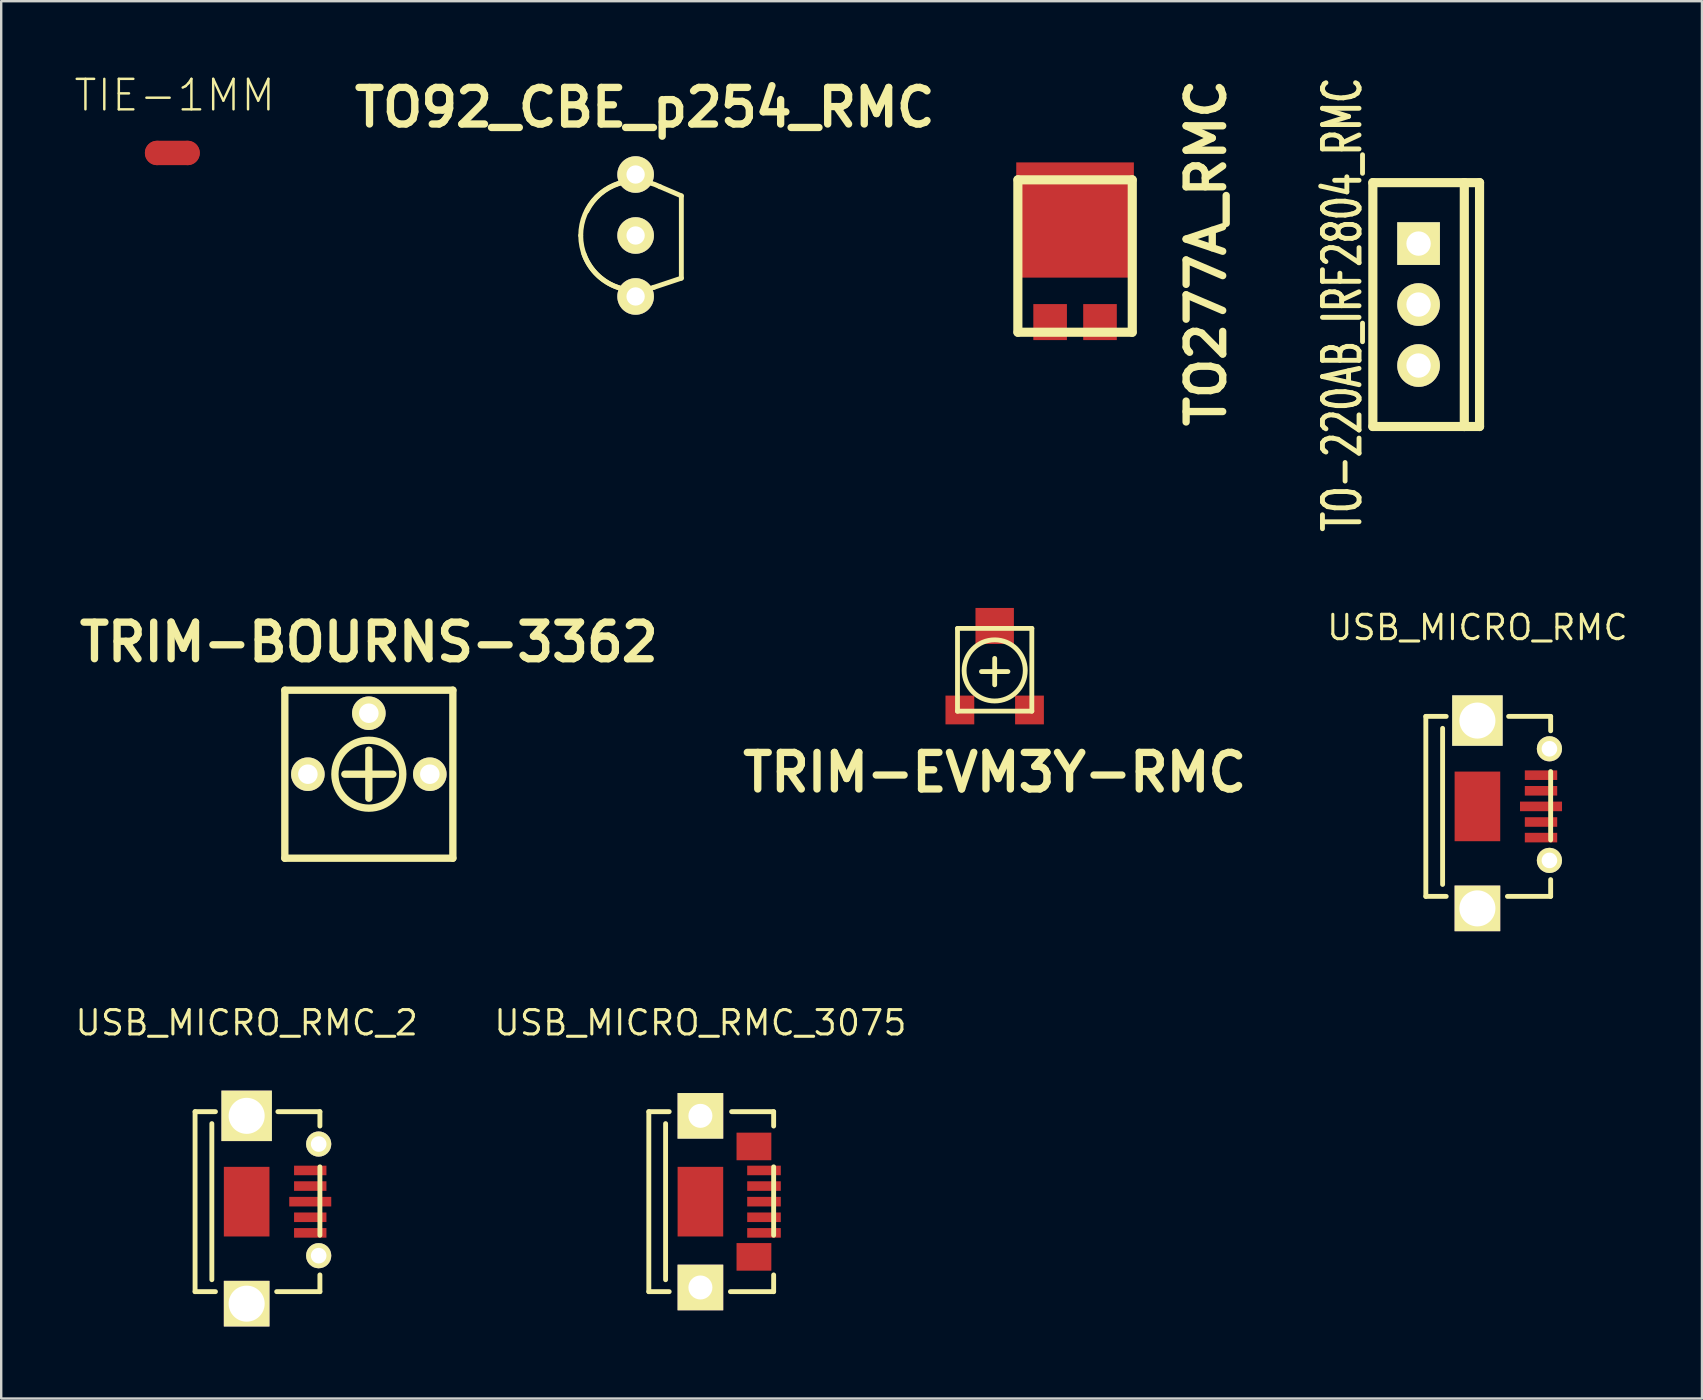
<source format=kicad_pcb>
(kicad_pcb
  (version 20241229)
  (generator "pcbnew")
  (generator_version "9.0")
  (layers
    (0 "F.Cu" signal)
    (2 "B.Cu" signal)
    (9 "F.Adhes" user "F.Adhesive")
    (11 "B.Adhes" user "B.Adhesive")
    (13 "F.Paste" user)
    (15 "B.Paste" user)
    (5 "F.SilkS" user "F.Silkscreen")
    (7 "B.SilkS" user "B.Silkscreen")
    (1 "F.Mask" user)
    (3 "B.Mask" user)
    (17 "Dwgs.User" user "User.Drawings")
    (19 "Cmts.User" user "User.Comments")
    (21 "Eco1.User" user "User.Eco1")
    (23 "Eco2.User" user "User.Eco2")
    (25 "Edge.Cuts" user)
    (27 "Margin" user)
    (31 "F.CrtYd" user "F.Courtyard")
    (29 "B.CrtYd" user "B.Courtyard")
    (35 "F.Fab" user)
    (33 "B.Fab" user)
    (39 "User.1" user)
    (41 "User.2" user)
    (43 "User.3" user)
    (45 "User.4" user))
  (footprint "TO92_CBE_p254_RMC"
    (layer "F.Cu")
    (at 23.428 6.76)
    (property "Reference" "TO92_CBE_p254_RMC" (at 0.381 -5.334 0) (layer "F.SilkS") (effects (font (size 1.524 1.524) (thickness 0.305))))
    (attr through_hole)
    (fp_line (start 1.016 -2.032) (end 1.905 -1.651) (stroke (width 0.203) (type solid)) (layer "F.SilkS"))
    (fp_line (start 1.905 -1.651) (end 1.905 1.778) (stroke (width 0.203) (type solid)) (layer "F.SilkS"))
    (fp_line (start 1.905 1.778) (end 0.762 2.159) (stroke (width 0.203) (type solid)) (layer "F.SilkS"))
    (fp_arc (start -2.286 0) (mid -1.616446 -1.616446) (end 0 -2.286) (stroke (width 0.2032) (type solid)) (layer "F.SilkS"))
    (fp_arc (start -2.032 -1.016) (mid -0.71842 -2.155261) (end 1.016 -2.032) (stroke (width 0.2032) (type solid)) (layer "F.SilkS"))
    (fp_arc (start 0 2.286) (mid -1.616446 1.616446) (end -2.286 0) (stroke (width 0.2032) (type solid)) (layer "F.SilkS"))
    (fp_arc (start 0.762 2.159) (mid -0.987828 2.065459) (end -2.159 0.762) (stroke (width 0.2032) (type solid)) (layer "F.SilkS"))
    (pad "B" thru_hole circle (at 0 0) (size 1.524 1.524) (drill 0.762) (layers "*.Cu" "*.Mask" "F.SilkS"))
    (pad "C" thru_hole circle (at 0 2.54) (size 1.524 1.524) (drill 0.762) (layers "*.Cu" "*.Mask" "F.SilkS"))
    (pad "E" thru_hole circle (at 0 -2.54) (size 1.524 1.524) (drill 0.762) (layers "*.Cu" "*.Mask" "F.SilkS")))
  (footprint "USB_MICRO_RMC_2"
    (layer "F.Cu")
    (at 7.225 47.008)
    (property "Reference" "USB_MICRO_RMC_2" (at 0 -7.45 0) (layer "F.SilkS") (effects (font (size 1.016 1.016) (thickness 0.127))))
    (attr through_hole)
    (fp_line (start -2.149 -3.749) (end -1.3 -3.749) (stroke (width 0.203) (type solid)) (layer "F.SilkS"))
    (fp_line (start -2.149 3.749) (end -2.149 -3.749) (stroke (width 0.203) (type solid)) (layer "F.SilkS"))
    (fp_line (start -2.149 3.749) (end -1.3 3.749) (stroke (width 0.203) (type solid)) (layer "F.SilkS"))
    (fp_line (start -1.45 -3.251) (end -1.45 3.251) (stroke (width 0.203) (type solid)) (layer "F.SilkS"))
    (fp_line (start 1.25 3.749) (end 3.051 3.749) (stroke (width 0.203) (type solid)) (layer "F.SilkS"))
    (fp_line (start 1.3 -3.749) (end 3.051 -3.749) (stroke (width 0.203) (type solid)) (layer "F.SilkS"))
    (fp_line (start 3.051 -3.749) (end 3.051 -3.15) (stroke (width 0.203) (type solid)) (layer "F.SilkS"))
    (fp_line (start 3.051 -1.45) (end 3.051 1.4) (stroke (width 0.203) (type solid)) (layer "F.SilkS"))
    (fp_line (start 3.051 3.749) (end 3.051 3.051) (stroke (width 0.203) (type solid)) (layer "F.SilkS"))
    (pad "1" smd rect (at 2.649 -1.3) (size 1.349 0.399) (layers "F.Cu" "F.Mask" "F.Paste"))
    (pad "2" smd rect (at 2.649 -0.65) (size 1.349 0.399) (layers "F.Cu" "F.Mask" "F.Paste"))
    (pad "3" smd rect (at 2.649 0) (size 1.75 0.4) (layers "F.Cu" "F.Mask" "F.Paste"))
    (pad "4" smd rect (at 2.649 1.3) (size 1.349 0.399) (layers "F.Cu" "F.Mask" "F.Paste"))
    (pad "5" thru_hole rect (at 0 -3.575) (size 2.101 2.101) (drill 1.501) (layers "*.Cu" "*.Mask" "F.SilkS"))
    (pad "5" smd rect (at 0 0) (size 1.9 2.901) (layers "F.Cu" "F.Mask" "F.Paste"))
    (pad "5" thru_hole rect (at 0 4.249) (size 1.9 1.9) (drill 1.501) (layers "*.Cu" "*.Mask" "F.SilkS"))
    (pad "5" thru_hole circle (at 3 -2.4) (size 1.049 1.049) (drill 0.65) (layers "*.Cu" "*.Mask" "F.SilkS"))
    (pad "5" thru_hole circle (at 3 2.25) (size 1.049 1.049) (drill 0.65) (layers "*.Cu" "*.Mask" "F.SilkS"))
    (pad "6" smd rect (at 2.649 0.65) (size 1.349 0.399) (layers "F.Cu" "F.Mask" "F.Paste")))
  (footprint "TRIM-EVM3Y-RMC"
    (layer "F.Cu")
    (at 38.386 24.677)
    (property "Reference" "TRIM-EVM3Y-RMC" (at 0 4.45 0) (layer "F.SilkS") (effects (font (size 1.524 1.524) (thickness 0.305))))
    (attr through_hole)
    (fp_line (start -1.549 -1.549) (end 1.549 -1.549) (stroke (width 0.201) (type solid)) (layer "F.SilkS"))
    (fp_line (start -1.549 1.902) (end -1.549 -1.547) (stroke (width 0.201) (type solid)) (layer "F.SilkS"))
    (fp_line (start -0.551 0.249) (end 0.551 0.249) (stroke (width 0.201) (type solid)) (layer "F.SilkS"))
    (fp_line (start 0 0.8) (end 0 -0.3) (stroke (width 0.201) (type solid)) (layer "F.SilkS"))
    (fp_line (start 1.547 -1.549) (end 1.547 1.9) (stroke (width 0.201) (type solid)) (layer "F.SilkS"))
    (fp_line (start 1.547 1.897) (end -1.552 1.897) (stroke (width 0.201) (type solid)) (layer "F.SilkS"))
    (fp_circle (center 0 0.201) (end 0.95 1.049) (stroke (width 0.201) (type solid)) (fill no) (layer "F.SilkS"))
    (pad "1" smd rect (at -1.45 1.849) (size 1.199 1.199) (layers "F.Cu" "F.Mask" "F.Paste"))
    (pad "2" smd rect (at 0 -1.651) (size 1.6 1.501) (layers "F.Cu" "F.Mask" "F.Paste"))
    (pad "3" smd rect (at 1.45 1.849) (size 1.199 1.199) (layers "F.Cu" "F.Mask" "F.Paste")))
  (footprint "TIE-1MM"
    (layer "F.Cu")
    (at 4.129 3.322)
    (property "Reference" "TIE-1MM" (at 0.099 -2.4 0) (layer "F.SilkS") (effects (font (size 1.27 1.27) (thickness 0.102))))
    (attr through_hole)
    (fp_line (start -0.635 0) (end 0.635 0) (stroke (width 1.016) (type solid)) (layer "F.Cu"))
    (pad "1" smd circle (at -0.635 0) (size 1.016 1.016) (layers "F.Cu" "F.Mask" "F.Paste"))
    (pad "2" smd circle (at 0.635 0) (size 1.016 1.016) (layers "F.Cu" "F.Mask" "F.Paste")))
  (footprint "TRIM-BOURNS-3362"
    (layer "F.Cu")
    (at 12.315 29.201)
    (property "Reference" "TRIM-BOURNS-3362" (at 0 -5.5 0) (layer "F.SilkS") (effects (font (size 1.524 1.524) (thickness 0.305))))
    (attr through_hole)
    (fp_line (start -3.5 -3.5) (end -3.5 3.5) (stroke (width 0.305) (type solid)) (layer "F.SilkS"))
    (fp_line (start -3.5 3.5) (end 3.5 3.5) (stroke (width 0.305) (type solid)) (layer "F.SilkS"))
    (fp_line (start -1 0) (end 1 0) (stroke (width 0.305) (type solid)) (layer "F.SilkS"))
    (fp_line (start 0 -1) (end 0 1) (stroke (width 0.305) (type solid)) (layer "F.SilkS"))
    (fp_line (start 3.5 -3.5) (end -3.5 -3.5) (stroke (width 0.305) (type solid)) (layer "F.SilkS"))
    (fp_line (start 3.5 3.5) (end 3.5 -3.5) (stroke (width 0.305) (type solid)) (layer "F.SilkS"))
    (fp_circle (center 0 0) (end 1 1) (stroke (width 0.305) (type solid)) (fill no) (layer "F.SilkS"))
    (pad "1" thru_hole circle (at -2.54 0) (size 1.397 1.397) (drill 0.813) (layers "*.Cu" "*.Mask" "F.SilkS"))
    (pad "2" thru_hole circle (at 0 -2.54) (size 1.397 1.397) (drill 0.813) (layers "*.Cu" "*.Mask" "F.SilkS"))
    (pad "3" thru_hole circle (at 2.54 0) (size 1.397 1.397) (drill 0.813) (layers "*.Cu" "*.Mask" "F.SilkS")))
  (footprint "TO277A_RMC"
    (layer "F.Cu")
    (at 41.734 7.616)
    (property "Reference" "TO277A_RMC" (at 5.461 -0.127 90) (layer "F.SilkS") (effects (font (size 1.524 1.524) (thickness 0.305))))
    (attr through_hole)
    (fp_line (start -2.383 3.175) (end -2.383 -3.175) (stroke (width 0.381) (type solid)) (layer "F.SilkS"))
    (fp_line (start -2.375 -3.175) (end 2.375 -3.175) (stroke (width 0.381) (type solid)) (layer "F.SilkS"))
    (fp_line (start 2.375 3.175) (end -2.375 3.175) (stroke (width 0.381) (type solid)) (layer "F.SilkS"))
    (fp_line (start 2.383 -3.175) (end 2.383 3.175) (stroke (width 0.381) (type solid)) (layer "F.SilkS"))
    (pad "1" smd rect (at -1.039 2.751) (size 1.4 1.5) (layers "F.Cu" "F.Mask" "F.Paste"))
    (pad "2" smd rect (at 1.039 2.751) (size 1.4 1.5) (layers "F.Cu" "F.Mask" "F.Paste"))
    (pad "K" smd rect (at 0 -1.501) (size 4.9 4.8) (layers "F.Cu" "F.Mask" "F.Paste")))
  (footprint "TO-220AB_IRF2804_RMC"
    (layer "F.Cu")
    (at 56.044 9.637)
    (property "Reference" "TO-220AB_IRF2804_RMC" (at -3.175 0 90) (layer "F.SilkS") (effects (font (size 1.524 1.016) (thickness 0.203))))
    (attr through_hole)
    (fp_line (start -1.905 -5.08) (end 1.905 -5.08) (stroke (width 0.381) (type solid)) (layer "F.SilkS"))
    (fp_line (start -1.905 5.08) (end -1.905 -5.08) (stroke (width 0.381) (type solid)) (layer "F.SilkS"))
    (fp_line (start 1.905 -5.08) (end 1.905 5.08) (stroke (width 0.381) (type solid)) (layer "F.SilkS"))
    (fp_line (start 1.905 -5.08) (end 2.54 -5.08) (stroke (width 0.381) (type solid)) (layer "F.SilkS"))
    (fp_line (start 1.905 5.08) (end -1.905 5.08) (stroke (width 0.381) (type solid)) (layer "F.SilkS"))
    (fp_line (start 2.54 -5.08) (end 2.54 5.08) (stroke (width 0.381) (type solid)) (layer "F.SilkS"))
    (fp_line (start 2.54 5.08) (end 1.905 5.08) (stroke (width 0.381) (type solid)) (layer "F.SilkS"))
    (pad "D" thru_hole circle (at 0 0) (size 1.778 1.778) (drill 1.016) (layers "*.Cu" "*.Mask" "F.SilkS"))
    (pad "G" thru_hole rect (at 0 -2.54) (size 1.778 1.778) (drill 1.016) (layers "*.Cu" "*.Mask" "F.SilkS"))
    (pad "S" thru_hole circle (at 0 2.54) (size 1.778 1.778) (drill 1.016) (layers "*.Cu" "*.Mask" "F.SilkS")))
  (footprint "USB_MICRO_RMC"
    (layer "F.Cu")
    (at 58.495 30.542)
    (property "Reference" "USB_MICRO_RMC" (at 0 -7.45 0) (layer "F.SilkS") (effects (font (size 1.016 1.016) (thickness 0.127))))
    (attr through_hole)
    (fp_line (start -2.149 -3.749) (end -1.3 -3.749) (stroke (width 0.203) (type solid)) (layer "F.SilkS"))
    (fp_line (start -2.149 3.749) (end -2.149 -3.749) (stroke (width 0.203) (type solid)) (layer "F.SilkS"))
    (fp_line (start -2.149 3.749) (end -1.3 3.749) (stroke (width 0.203) (type solid)) (layer "F.SilkS"))
    (fp_line (start -1.45 -3.251) (end -1.45 3.251) (stroke (width 0.203) (type solid)) (layer "F.SilkS"))
    (fp_line (start 1.25 3.749) (end 3.051 3.749) (stroke (width 0.203) (type solid)) (layer "F.SilkS"))
    (fp_line (start 1.3 -3.749) (end 3.051 -3.749) (stroke (width 0.203) (type solid)) (layer "F.SilkS"))
    (fp_line (start 3.051 -3.749) (end 3.051 -3.15) (stroke (width 0.203) (type solid)) (layer "F.SilkS"))
    (fp_line (start 3.051 -1.45) (end 3.051 1.4) (stroke (width 0.203) (type solid)) (layer "F.SilkS"))
    (fp_line (start 3.051 3.749) (end 3.051 3.051) (stroke (width 0.203) (type solid)) (layer "F.SilkS"))
    (pad "1" smd rect (at 2.649 -1.3) (size 1.349 0.399) (layers "F.Cu" "F.Mask" "F.Paste"))
    (pad "2" smd rect (at 2.649 -0.65) (size 1.349 0.399) (layers "F.Cu" "F.Mask" "F.Paste"))
    (pad "3" smd rect (at 2.649 0) (size 1.75 0.4) (layers "F.Cu" "F.Mask" "F.Paste"))
    (pad "4" smd rect (at 2.649 1.3) (size 1.349 0.399) (layers "F.Cu" "F.Mask" "F.Paste"))
    (pad "5" thru_hole rect (at 0 -3.575) (size 2.101 2.101) (drill 1.501) (layers "*.Cu" "*.Mask" "F.SilkS"))
    (pad "5" smd rect (at 0 0) (size 1.9 2.901) (layers "F.Cu" "F.Mask" "F.Paste"))
    (pad "5" thru_hole rect (at 0 4.249) (size 1.9 1.9) (drill 1.501) (layers "*.Cu" "*.Mask" "F.SilkS"))
    (pad "5" thru_hole circle (at 3 -2.4) (size 1.049 1.049) (drill 0.65) (layers "*.Cu" "*.Mask" "F.SilkS"))
    (pad "5" thru_hole circle (at 3 2.25) (size 1.049 1.049) (drill 0.65) (layers "*.Cu" "*.Mask" "F.SilkS"))
    (pad "6" smd rect (at 2.649 0.65) (size 1.349 0.399) (layers "F.Cu" "F.Mask" "F.Paste")))
  (footprint "USB_MICRO_RMC_3075"
    (layer "F.Cu")
    (at 26.127 47.008)
    (property "Reference" "USB_MICRO_RMC_3075" (at 0 -7.45 0) (layer "F.SilkS") (effects (font (size 1.016 1.016) (thickness 0.127))))
    (attr through_hole)
    (fp_line (start -2.149 -3.749) (end -1.3 -3.749) (stroke (width 0.203) (type solid)) (layer "F.SilkS"))
    (fp_line (start -2.149 3.749) (end -2.149 -3.749) (stroke (width 0.203) (type solid)) (layer "F.SilkS"))
    (fp_line (start -2.149 3.749) (end -1.3 3.749) (stroke (width 0.203) (type solid)) (layer "F.SilkS"))
    (fp_line (start -1.45 -3.251) (end -1.45 3.251) (stroke (width 0.203) (type solid)) (layer "F.SilkS"))
    (fp_line (start 1.25 3.749) (end 3.051 3.749) (stroke (width 0.203) (type solid)) (layer "F.SilkS"))
    (fp_line (start 1.3 -3.749) (end 3.051 -3.749) (stroke (width 0.203) (type solid)) (layer "F.SilkS"))
    (fp_line (start 3.051 -3.749) (end 3.051 -3.15) (stroke (width 0.203) (type solid)) (layer "F.SilkS"))
    (fp_line (start 3.051 -1.45) (end 3.051 1.4) (stroke (width 0.203) (type solid)) (layer "F.SilkS"))
    (fp_line (start 3.051 3.749) (end 3.051 3.051) (stroke (width 0.203) (type solid)) (layer "F.SilkS"))
    (pad "1" smd rect (at 2.649 -1.3) (size 1.4 0.399) (layers "F.Cu" "F.Mask" "F.Paste"))
    (pad "2" smd rect (at 2.649 -0.65) (size 1.4 0.399) (layers "F.Cu" "F.Mask" "F.Paste"))
    (pad "3" smd rect (at 2.649 0) (size 1.4 0.4) (layers "F.Cu" "F.Mask" "F.Paste"))
    (pad "4" smd rect (at 2.649 1.3) (size 1.4 0.399) (layers "F.Cu" "F.Mask" "F.Paste"))
    (pad "5" thru_hole rect (at 0 -3.575) (size 1.9 1.9) (drill 1) (layers "*.Cu" "*.Mask" "F.SilkS"))
    (pad "5" smd rect (at 0 0) (size 1.9 2.901) (layers "F.Cu" "F.Mask" "F.Paste"))
    (pad "5" thru_hole rect (at 0 3.575) (size 1.9 1.9) (drill 1) (layers "*.Cu" "*.Mask" "F.SilkS"))
    (pad "5" smd rect (at 2.23 -2.3) (size 1.45 1.15) (layers "F.Cu" "F.Mask" "F.Paste"))
    (pad "5" smd rect (at 2.23 2.3) (size 1.45 1.15) (layers "F.Cu" "F.Mask" "F.Paste"))
    (pad "6" smd rect (at 2.649 0.65) (size 1.4 0.399) (layers "F.Cu" "F.Mask" "F.Paste")))
  (gr_rect
    (start -3 -3)
    (end 67.849 55.208)
    (stroke (width 0.1) (type default))
    (fill no)
    (layer "Edge.Cuts")))
</source>
